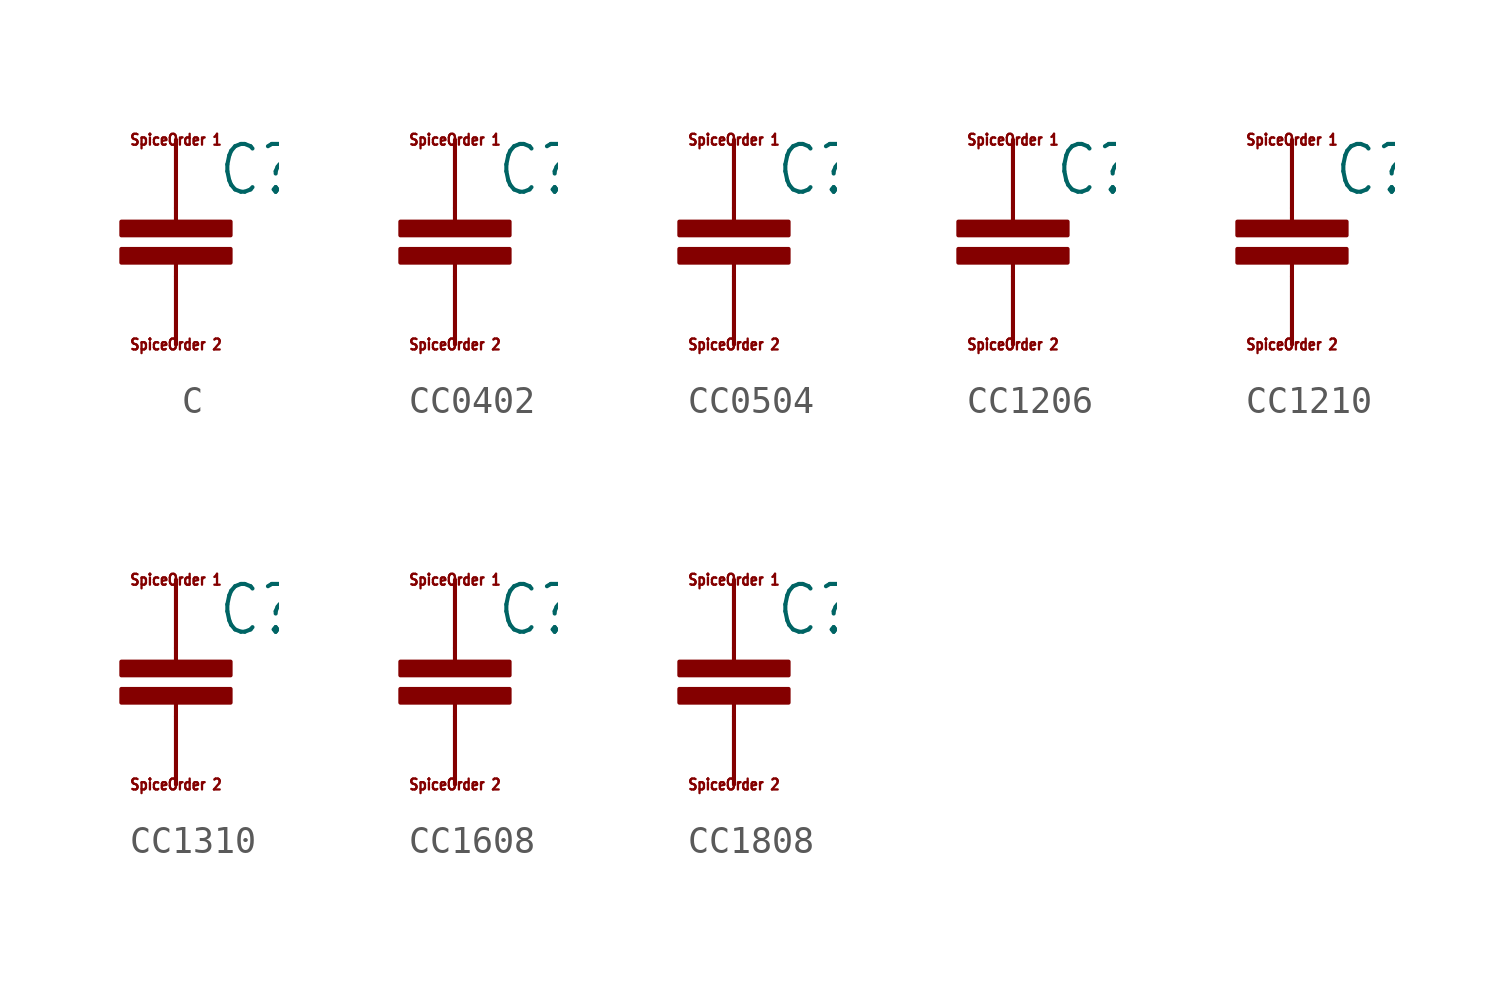
<source format=kicad_sym>
(kicad_symbol_lib
  (version 20231120)
  (generator "kicad_symbol_editor")
  (generator_version "8.0")
  (symbol "C"
    (property "Reference" "C"
      (at 1.524 0.381 0)
      (effects (font (size 1.778 1.511)) (justify left bottom)))
    (property "Value" ""
      (at 1.524 -4.699 0)
      (effects (font (size 1.778 1.511)) (justify left bottom)))
    (property "ki_locked" ""
      (at 0 0 0)
      (effects (font (size 1.27 1.27))))
    (symbol "C_1_0"
      (rectangle (start -2.032 -2.032) (end 2.032 -1.524) (stroke (width 0) (type default)) (fill (type outline)))
      (rectangle (start -2.032 -1.016) (end 2.032 -0.508) (stroke (width 0) (type default)) (fill (type outline)))
      (polyline (pts (xy 0 -2.54) (xy 0 -2.032)) (stroke (width 0.152) (type solid)) (fill (type none)))
      (polyline (pts (xy 0 0) (xy 0 -0.508)) (stroke (width 0.152) (type solid)) (fill (type none)))
      (text "SpiceOrder 1" (at 0 2.54 0) (effects (font (size 0.406 0.345))))
      (text "SpiceOrder 2" (at 0 -5.08 0) (effects (font (size 0.406 0.345))))
      (pin passive line (at 0 2.54 270) (length 2.54) (name "1" (effects (font (size 0 0)))) (number "1" (effects (font (size 0 0)))))
      (pin passive line (at 0 -5.08 90) (length 2.54) (name "2" (effects (font (size 0 0)))) (number "2" (effects (font (size 0 0)))))))
  (symbol "CC0402"
    (property "Reference" "C"
      (at 1.524 0.381 0)
      (effects (font (size 1.778 1.511)) (justify left bottom)))
    (property "Value" ""
      (at 1.524 -4.699 0)
      (effects (font (size 1.778 1.511)) (justify left bottom)))
    (property "ki_locked" ""
      (at 0 0 0)
      (effects (font (size 1.27 1.27))))
    (symbol "CC0402_1_0"
      (rectangle (start -2.032 -2.032) (end 2.032 -1.524) (stroke (width 0) (type default)) (fill (type outline)))
      (rectangle (start -2.032 -1.016) (end 2.032 -0.508) (stroke (width 0) (type default)) (fill (type outline)))
      (polyline (pts (xy 0 -2.54) (xy 0 -2.032)) (stroke (width 0.152) (type solid)) (fill (type none)))
      (polyline (pts (xy 0 0) (xy 0 -0.508)) (stroke (width 0.152) (type solid)) (fill (type none)))
      (text "SpiceOrder 1" (at 0 2.54 0) (effects (font (size 0.406 0.345))))
      (text "SpiceOrder 2" (at 0 -5.08 0) (effects (font (size 0.406 0.345))))
      (pin passive line (at 0 2.54 270) (length 2.54) (name "1" (effects (font (size 0 0)))) (number "1" (effects (font (size 0 0)))))
      (pin passive line (at 0 -5.08 90) (length 2.54) (name "2" (effects (font (size 0 0)))) (number "2" (effects (font (size 0 0)))))))
  (symbol "CC0504"
    (property "Reference" "C"
      (at 1.524 0.381 0)
      (effects (font (size 1.778 1.511)) (justify left bottom)))
    (property "Value" ""
      (at 1.524 -4.699 0)
      (effects (font (size 1.778 1.511)) (justify left bottom)))
    (property "ki_locked" ""
      (at 0 0 0)
      (effects (font (size 1.27 1.27))))
    (symbol "CC0504_1_0"
      (rectangle (start -2.032 -2.032) (end 2.032 -1.524) (stroke (width 0) (type default)) (fill (type outline)))
      (rectangle (start -2.032 -1.016) (end 2.032 -0.508) (stroke (width 0) (type default)) (fill (type outline)))
      (polyline (pts (xy 0 -2.54) (xy 0 -2.032)) (stroke (width 0.152) (type solid)) (fill (type none)))
      (polyline (pts (xy 0 0) (xy 0 -0.508)) (stroke (width 0.152) (type solid)) (fill (type none)))
      (text "SpiceOrder 1" (at 0 2.54 0) (effects (font (size 0.406 0.345))))
      (text "SpiceOrder 2" (at 0 -5.08 0) (effects (font (size 0.406 0.345))))
      (pin passive line (at 0 2.54 270) (length 2.54) (name "1" (effects (font (size 0 0)))) (number "1" (effects (font (size 0 0)))))
      (pin passive line (at 0 -5.08 90) (length 2.54) (name "2" (effects (font (size 0 0)))) (number "2" (effects (font (size 0 0)))))))
  (symbol "CC1206"
    (property "Reference" "C"
      (at 1.524 0.381 0)
      (effects (font (size 1.778 1.511)) (justify left bottom)))
    (property "Value" ""
      (at 1.524 -4.699 0)
      (effects (font (size 1.778 1.511)) (justify left bottom)))
    (property "ki_locked" ""
      (at 0 0 0)
      (effects (font (size 1.27 1.27))))
    (symbol "CC1206_1_0"
      (rectangle (start -2.032 -2.032) (end 2.032 -1.524) (stroke (width 0) (type default)) (fill (type outline)))
      (rectangle (start -2.032 -1.016) (end 2.032 -0.508) (stroke (width 0) (type default)) (fill (type outline)))
      (polyline (pts (xy 0 -2.54) (xy 0 -2.032)) (stroke (width 0.152) (type solid)) (fill (type none)))
      (polyline (pts (xy 0 0) (xy 0 -0.508)) (stroke (width 0.152) (type solid)) (fill (type none)))
      (text "SpiceOrder 1" (at 0 2.54 0) (effects (font (size 0.406 0.345))))
      (text "SpiceOrder 2" (at 0 -5.08 0) (effects (font (size 0.406 0.345))))
      (pin passive line (at 0 2.54 270) (length 2.54) (name "1" (effects (font (size 0 0)))) (number "1" (effects (font (size 0 0)))))
      (pin passive line (at 0 -5.08 90) (length 2.54) (name "2" (effects (font (size 0 0)))) (number "2" (effects (font (size 0 0)))))))
  (symbol "CC1210"
    (property "Reference" "C"
      (at 1.524 0.381 0)
      (effects (font (size 1.778 1.511)) (justify left bottom)))
    (property "Value" ""
      (at 1.524 -4.699 0)
      (effects (font (size 1.778 1.511)) (justify left bottom)))
    (property "ki_locked" ""
      (at 0 0 0)
      (effects (font (size 1.27 1.27))))
    (symbol "CC1210_1_0"
      (rectangle (start -2.032 -2.032) (end 2.032 -1.524) (stroke (width 0) (type default)) (fill (type outline)))
      (rectangle (start -2.032 -1.016) (end 2.032 -0.508) (stroke (width 0) (type default)) (fill (type outline)))
      (polyline (pts (xy 0 -2.54) (xy 0 -2.032)) (stroke (width 0.152) (type solid)) (fill (type none)))
      (polyline (pts (xy 0 0) (xy 0 -0.508)) (stroke (width 0.152) (type solid)) (fill (type none)))
      (text "SpiceOrder 1" (at 0 2.54 0) (effects (font (size 0.406 0.345))))
      (text "SpiceOrder 2" (at 0 -5.08 0) (effects (font (size 0.406 0.345))))
      (pin passive line (at 0 2.54 270) (length 2.54) (name "1" (effects (font (size 0 0)))) (number "1" (effects (font (size 0 0)))))
      (pin passive line (at 0 -5.08 90) (length 2.54) (name "2" (effects (font (size 0 0)))) (number "2" (effects (font (size 0 0)))))))
  (symbol "CC1310"
    (property "Reference" "C"
      (at 1.524 0.381 0)
      (effects (font (size 1.778 1.511)) (justify left bottom)))
    (property "Value" ""
      (at 1.524 -4.699 0)
      (effects (font (size 1.778 1.511)) (justify left bottom)))
    (property "ki_locked" ""
      (at 0 0 0)
      (effects (font (size 1.27 1.27))))
    (symbol "CC1310_1_0"
      (rectangle (start -2.032 -2.032) (end 2.032 -1.524) (stroke (width 0) (type default)) (fill (type outline)))
      (rectangle (start -2.032 -1.016) (end 2.032 -0.508) (stroke (width 0) (type default)) (fill (type outline)))
      (polyline (pts (xy 0 -2.54) (xy 0 -2.032)) (stroke (width 0.152) (type solid)) (fill (type none)))
      (polyline (pts (xy 0 0) (xy 0 -0.508)) (stroke (width 0.152) (type solid)) (fill (type none)))
      (text "SpiceOrder 1" (at 0 2.54 0) (effects (font (size 0.406 0.345))))
      (text "SpiceOrder 2" (at 0 -5.08 0) (effects (font (size 0.406 0.345))))
      (pin passive line (at 0 2.54 270) (length 2.54) (name "1" (effects (font (size 0 0)))) (number "1" (effects (font (size 0 0)))))
      (pin passive line (at 0 -5.08 90) (length 2.54) (name "2" (effects (font (size 0 0)))) (number "2" (effects (font (size 0 0)))))))
  (symbol "CC1608"
    (property "Reference" "C"
      (at 1.524 0.381 0)
      (effects (font (size 1.778 1.511)) (justify left bottom)))
    (property "Value" ""
      (at 1.524 -4.699 0)
      (effects (font (size 1.778 1.511)) (justify left bottom)))
    (property "ki_locked" ""
      (at 0 0 0)
      (effects (font (size 1.27 1.27))))
    (symbol "CC1608_1_0"
      (rectangle (start -2.032 -2.032) (end 2.032 -1.524) (stroke (width 0) (type default)) (fill (type outline)))
      (rectangle (start -2.032 -1.016) (end 2.032 -0.508) (stroke (width 0) (type default)) (fill (type outline)))
      (polyline (pts (xy 0 -2.54) (xy 0 -2.032)) (stroke (width 0.152) (type solid)) (fill (type none)))
      (polyline (pts (xy 0 0) (xy 0 -0.508)) (stroke (width 0.152) (type solid)) (fill (type none)))
      (text "SpiceOrder 1" (at 0 2.54 0) (effects (font (size 0.406 0.345))))
      (text "SpiceOrder 2" (at 0 -5.08 0) (effects (font (size 0.406 0.345))))
      (pin passive line (at 0 2.54 270) (length 2.54) (name "1" (effects (font (size 0 0)))) (number "1" (effects (font (size 0 0)))))
      (pin passive line (at 0 -5.08 90) (length 2.54) (name "2" (effects (font (size 0 0)))) (number "2" (effects (font (size 0 0)))))))
  (symbol "CC1808"
    (property "Reference" "C"
      (at 1.524 0.381 0)
      (effects (font (size 1.778 1.511)) (justify left bottom)))
    (property "Value" ""
      (at 1.524 -4.699 0)
      (effects (font (size 1.778 1.511)) (justify left bottom)))
    (property "ki_locked" ""
      (at 0 0 0)
      (effects (font (size 1.27 1.27))))
    (symbol "CC1808_1_0"
      (rectangle (start -2.032 -2.032) (end 2.032 -1.524) (stroke (width 0) (type default)) (fill (type outline)))
      (rectangle (start -2.032 -1.016) (end 2.032 -0.508) (stroke (width 0) (type default)) (fill (type outline)))
      (polyline (pts (xy 0 -2.54) (xy 0 -2.032)) (stroke (width 0.152) (type solid)) (fill (type none)))
      (polyline (pts (xy 0 0) (xy 0 -0.508)) (stroke (width 0.152) (type solid)) (fill (type none)))
      (text "SpiceOrder 1" (at 0 2.54 0) (effects (font (size 0.406 0.345))))
      (text "SpiceOrder 2" (at 0 -5.08 0) (effects (font (size 0.406 0.345))))
      (pin passive line (at 0 2.54 270) (length 2.54) (name "1" (effects (font (size 0 0)))) (number "1" (effects (font (size 0 0)))))
      (pin passive line (at 0 -5.08 90) (length 2.54) (name "2" (effects (font (size 0 0)))) (number "2" (effects (font (size 0 0))))))))
</source>
